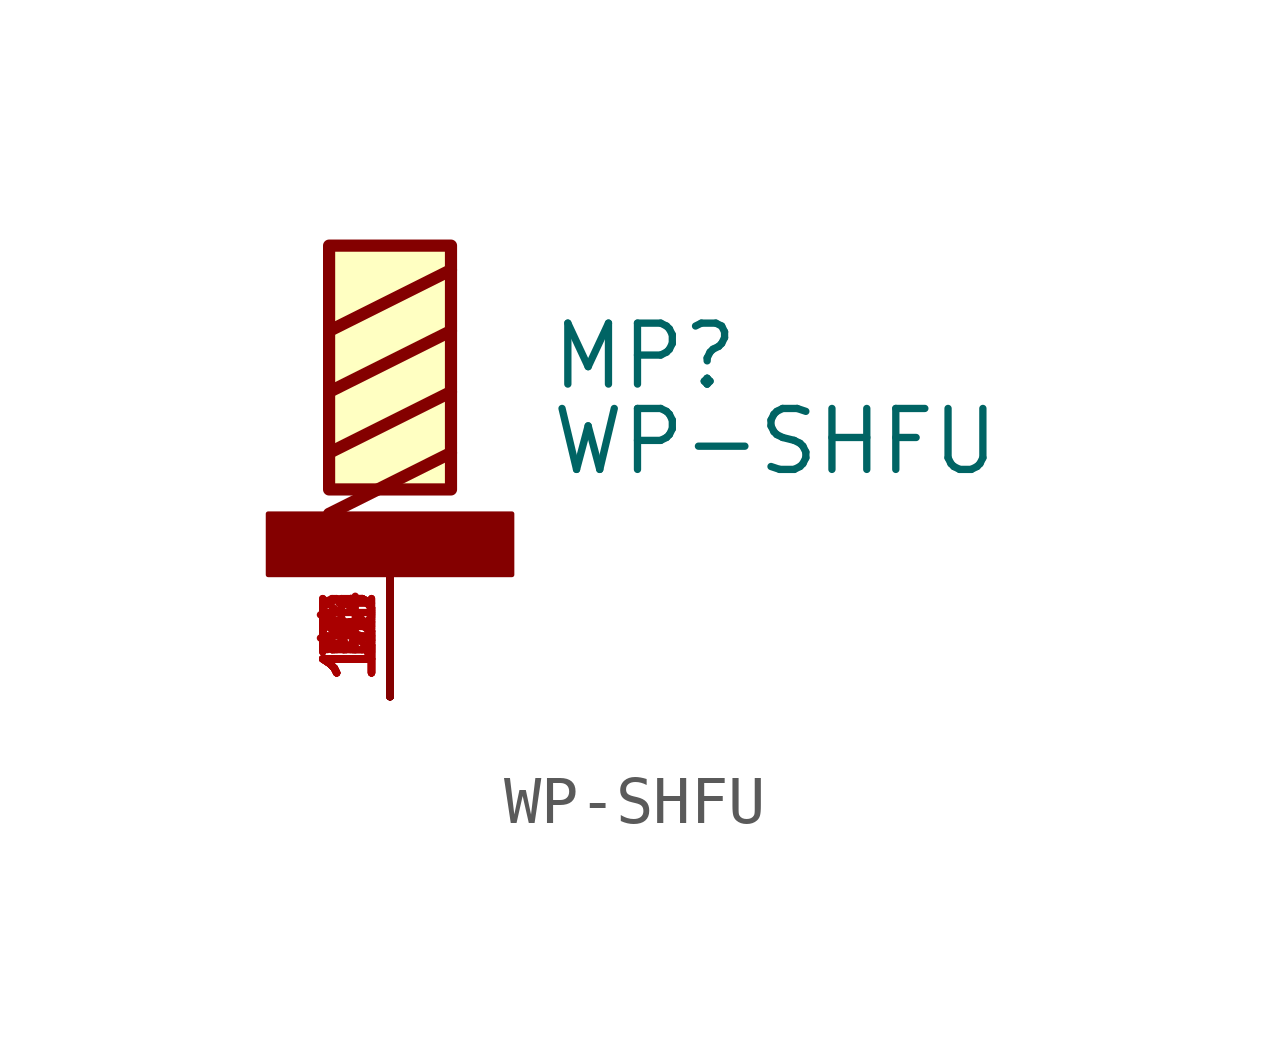
<source format=kicad_sym>
(kicad_symbol_lib
  (version 20211014)
  (generator kicad_symbol_editor)
  (symbol "WP-SHFU"
    (pin_names
      (offset 1.016))
    (property "Reference" "MP"
      (at 3.302 1.27 0)
      (effects (font (size 1.27 1.27)) (justify bottom left)))
    (property "Value" "WP-SHFU"
      (at 3.302 -0.508 0)
      (effects (font (size 1.27 1.27)) (justify bottom left)))
    (symbol "WP-SHFU_0_0"
      (polyline (pts (xy 1.27 3.81) (xy -1.27 2.54)) (stroke (width 0.254)))
      (polyline (pts (xy 1.27 2.54) (xy -1.27 1.27)) (stroke (width 0.254)))
      (polyline (pts (xy 1.27 1.27) (xy -1.27 0.0)) (stroke (width 0.254)))
      (polyline (pts (xy 1.27 0.0) (xy -1.27 -1.27)) (stroke (width 0.254)))
      (rectangle (start -2.54 -2.54) (end 2.54 -1.27) (stroke (width 0.1)) (fill (type outline)))
      (rectangle (start -1.27 -0.762) (end 1.27 4.318) (stroke (width 0.254)) (fill (type background)))
      (pin passive line (at 0.0 -5.08 90.0) (length 2.54) (name "~" (effects (font (size 1.016 1.016)))) (number "1" (effects (font (size 1.016 1.016)))))
      (pin passive line (at 0.0 -5.08 90.0) (length 2.54) (name "~" (effects (font (size 1.016 1.016)))) (number "2" (effects (font (size 1.016 1.016)))))
      (pin passive line (at 0.0 -5.08 90.0) (length 2.54) (name "~" (effects (font (size 1.016 1.016)))) (number "3" (effects (font (size 1.016 1.016)))))
      (pin passive line (at 0.0 -5.08 90.0) (length 2.54) (name "~" (effects (font (size 1.016 1.016)))) (number "4" (effects (font (size 1.016 1.016)))))
      (pin passive line (at 0.0 -5.08 90.0) (length 2.54) (name "~" (effects (font (size 1.016 1.016)))) (number "5" (effects (font (size 1.016 1.016)))))
      (pin passive line (at 0.0 -5.08 90.0) (length 2.54) (name "~" (effects (font (size 1.016 1.016)))) (number "6" (effects (font (size 1.016 1.016)))))
      (pin passive line (at 0.0 -5.08 90.0) (length 2.54) (name "~" (effects (font (size 1.016 1.016)))) (number "7" (effects (font (size 1.016 1.016)))))
      (pin passive line (at 0.0 -5.08 90.0) (length 2.54) (name "~" (effects (font (size 1.016 1.016)))) (number "8" (effects (font (size 1.016 1.016)))))
      (pin passive line (at 0.0 -5.08 90.0) (length 2.54) (name "~" (effects (font (size 1.016 1.016)))) (number "9" (effects (font (size 1.016 1.016)))))
      (pin passive line (at 0.0 -5.08 90.0) (length 2.54) (name "~" (effects (font (size 1.016 1.016)))) (number "10" (effects (font (size 1.016 1.016)))))
      (pin passive line (at 0.0 -5.08 90.0) (length 2.54) (name "~" (effects (font (size 1.016 1.016)))) (number "11" (effects (font (size 1.016 1.016)))))
      (pin passive line (at 0.0 -5.08 90.0) (length 2.54) (name "~" (effects (font (size 1.016 1.016)))) (number "12" (effects (font (size 1.016 1.016)))))
      (pin passive line (at 0.0 -5.08 90.0) (length 2.54) (name "~" (effects (font (size 1.016 1.016)))) (number "13" (effects (font (size 1.016 1.016)))))
      (pin passive line (at 0.0 -5.08 90.0) (length 2.54) (name "~" (effects (font (size 1.016 1.016)))) (number "14" (effects (font (size 1.016 1.016)))))
      (pin passive line (at 0.0 -5.08 90.0) (length 2.54) (name "~" (effects (font (size 1.016 1.016)))) (number "15" (effects (font (size 1.016 1.016)))))
      (pin passive line (at 0.0 -5.08 90.0) (length 2.54) (name "~" (effects (font (size 1.016 1.016)))) (number "16" (effects (font (size 1.016 1.016))))))))
</source>
